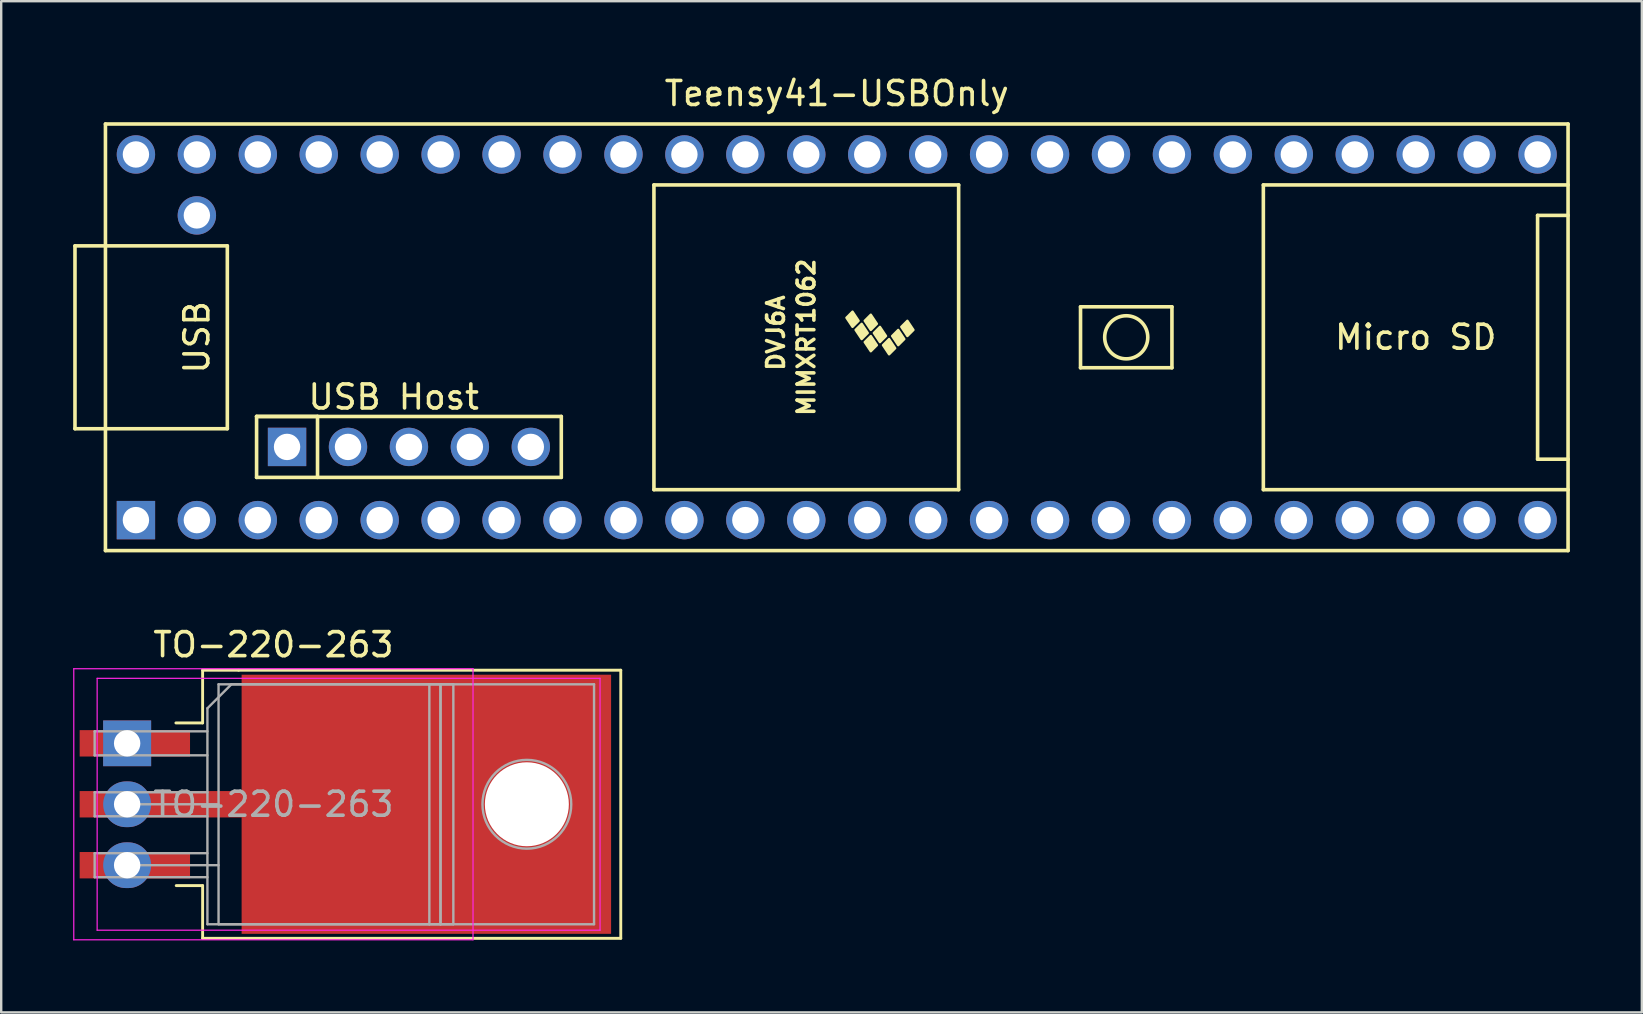
<source format=kicad_pcb>
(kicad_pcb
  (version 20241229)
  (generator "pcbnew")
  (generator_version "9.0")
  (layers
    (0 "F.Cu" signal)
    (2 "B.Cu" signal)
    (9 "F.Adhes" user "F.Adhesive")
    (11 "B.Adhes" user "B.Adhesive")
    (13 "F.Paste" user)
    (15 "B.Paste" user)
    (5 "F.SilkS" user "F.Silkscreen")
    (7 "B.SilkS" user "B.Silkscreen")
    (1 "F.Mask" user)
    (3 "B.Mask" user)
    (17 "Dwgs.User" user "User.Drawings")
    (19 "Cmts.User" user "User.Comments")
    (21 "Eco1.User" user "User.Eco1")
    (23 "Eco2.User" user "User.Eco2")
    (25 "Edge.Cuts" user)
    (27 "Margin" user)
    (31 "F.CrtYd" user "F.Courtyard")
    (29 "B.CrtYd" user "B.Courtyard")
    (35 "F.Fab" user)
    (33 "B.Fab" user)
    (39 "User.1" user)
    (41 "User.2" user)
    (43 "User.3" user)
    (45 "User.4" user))
  (footprint "TO-220-263"
    (layer "F.Cu")
    (at 8.345 30.471)
    (property "Reference" "TO-220-263" (at 0 -6.65 0) (layer "F.SilkS") (effects (font (size 1 1) (thickness 0.15))))
    (attr smd)
    (fp_line (start -2.95 -5.588) (end -2.95 -3.39) (stroke (width 0.12) (type solid)) (layer "F.SilkS"))
    (fp_line (start -2.95 -3.39) (end -4.064 -3.39) (stroke (width 0.12) (type solid)) (layer "F.SilkS"))
    (fp_line (start -2.95 3.39) (end -4.05 3.39) (stroke (width 0.12) (type solid)) (layer "F.SilkS"))
    (fp_line (start -2.95 5.588) (end -2.95 3.39) (stroke (width 0.12) (type solid)) (layer "F.SilkS"))
    (fp_line (start -1.45 -5.588) (end -2.95 -5.588) (stroke (width 0.12) (type solid)) (layer "F.SilkS"))
    (fp_line (start 14.478 -5.588) (end -1.45 -5.588) (stroke (width 0.12) (type solid)) (layer "F.SilkS"))
    (fp_line (start 14.478 -5.588) (end 14.478 5.588) (stroke (width 0.12) (type solid)) (layer "F.SilkS"))
    (fp_line (start 14.478 5.588) (end -2.95 5.588) (stroke (width 0.12) (type solid)) (layer "F.SilkS"))
    (fp_line (start -8.32 -5.65) (end -8.32 5.65) (stroke (width 0.05) (type solid)) (layer "F.CrtYd"))
    (fp_line (start -8.32 5.65) (end 8.32 5.65) (stroke (width 0.05) (type solid)) (layer "F.CrtYd"))
    (fp_line (start -7.346 -5.25) (end -7.346 5.25) (stroke (width 0.05) (type solid)) (layer "F.CrtYd"))
    (fp_line (start -7.346 5.25) (end 13.614 5.25) (stroke (width 0.05) (type solid)) (layer "F.CrtYd"))
    (fp_line (start 8.32 -5.65) (end -8.32 -5.65) (stroke (width 0.05) (type solid)) (layer "F.CrtYd"))
    (fp_line (start 8.32 5.65) (end 8.32 -5.65) (stroke (width 0.05) (type solid)) (layer "F.CrtYd"))
    (fp_line (start 13.614 -5.25) (end -7.346 -5.25) (stroke (width 0.05) (type solid)) (layer "F.CrtYd"))
    (fp_line (start 13.614 5.25) (end 13.614 -5.25) (stroke (width 0.05) (type solid)) (layer "F.CrtYd"))
    (fp_line (start -7.45 -3.04) (end -7.45 -2.04) (stroke (width 0.1) (type solid)) (layer "F.Fab"))
    (fp_line (start -7.45 -2.04) (end -2.75 -2.04) (stroke (width 0.1) (type solid)) (layer "F.Fab"))
    (fp_line (start -7.45 -0.5) (end -7.45 0.5) (stroke (width 0.1) (type solid)) (layer "F.Fab"))
    (fp_line (start -7.45 0.5) (end -2.75 0.5) (stroke (width 0.1) (type solid)) (layer "F.Fab"))
    (fp_line (start -7.45 2.04) (end -7.45 3.04) (stroke (width 0.1) (type solid)) (layer "F.Fab"))
    (fp_line (start -7.45 3.04) (end -2.75 3.04) (stroke (width 0.1) (type solid)) (layer "F.Fab"))
    (fp_line (start -2.75 -4) (end -1.75 -5) (stroke (width 0.1) (type solid)) (layer "F.Fab"))
    (fp_line (start -2.75 -3.04) (end -7.45 -3.04) (stroke (width 0.1) (type solid)) (layer "F.Fab"))
    (fp_line (start -2.75 -0.5) (end -7.45 -0.5) (stroke (width 0.1) (type solid)) (layer "F.Fab"))
    (fp_line (start -2.75 2.04) (end -7.45 2.04) (stroke (width 0.1) (type solid)) (layer "F.Fab"))
    (fp_line (start -2.75 5) (end -2.75 -4) (stroke (width 0.1) (type solid)) (layer "F.Fab"))
    (fp_line (start -2.286 -5) (end 6.964 -5) (stroke (width 0.1) (type solid)) (layer "F.Fab"))
    (fp_line (start -2.286 0) (end -6.096 0) (stroke (width 0.1) (type solid)) (layer "F.Fab"))
    (fp_line (start -2.286 2.54) (end -6.096 2.54) (stroke (width 0.1) (type solid)) (layer "F.Fab"))
    (fp_line (start -2.286 5) (end -2.286 -5) (stroke (width 0.1) (type solid)) (layer "F.Fab"))
    (fp_line (start -1.75 -5) (end 6.5 -5) (stroke (width 0.1) (type solid)) (layer "F.Fab"))
    (fp_line (start 6.5 -5) (end 6.5 5) (stroke (width 0.1) (type solid)) (layer "F.Fab"))
    (fp_line (start 6.5 -5) (end 7.5 -5) (stroke (width 0.1) (type solid)) (layer "F.Fab"))
    (fp_line (start 6.5 5) (end -2.75 5) (stroke (width 0.1) (type solid)) (layer "F.Fab"))
    (fp_line (start 6.964 -5) (end 6.964 5) (stroke (width 0.1) (type solid)) (layer "F.Fab"))
    (fp_line (start 6.964 -5) (end 13.364 -5) (stroke (width 0.1) (type solid)) (layer "F.Fab"))
    (fp_line (start 6.964 5) (end -2.286 5) (stroke (width 0.1) (type solid)) (layer "F.Fab"))
    (fp_line (start 6.964 5) (end 6.964 -5) (stroke (width 0.1) (type solid)) (layer "F.Fab"))
    (fp_line (start 7.5 -5) (end 7.5 5) (stroke (width 0.1) (type solid)) (layer "F.Fab"))
    (fp_line (start 7.5 5) (end 6.5 5) (stroke (width 0.1) (type solid)) (layer "F.Fab"))
    (fp_line (start 13.364 -5) (end 13.364 5) (stroke (width 0.1) (type solid)) (layer "F.Fab"))
    (fp_line (start 13.364 5) (end 6.964 5) (stroke (width 0.1) (type solid)) (layer "F.Fab"))
    (fp_circle (center 10.564 0) (end 10.564 1.85) (stroke (width 0.1) (type solid)) (fill no) (layer "F.Fab"))
    (fp_text user "${REFERENCE}" (at 0 0 0) (layer "F.Fab") (effects (font (size 1 1) (thickness 0.15))))
    (pad "" smd rect (at -5.775 -2.54) (size 4.6 1.1) (layers "F.Cu" "F.Mask" "F.Paste"))
    (pad "" smd rect (at -5.775 2.54) (size 4.6 1.1) (layers "F.Cu" "F.Mask" "F.Paste"))
    (pad "" smd rect (at -4.275 0) (size 7.6 1.1) (layers "F.Cu" "F.Mask" "F.Paste"))
    (pad "" smd rect (at 0.95 -2.775) (size 4.55 5.25) (layers "F.Paste"))
    (pad "" smd rect (at 0.95 2.775) (size 4.55 5.25) (layers "F.Paste"))
    (pad "" smd rect (at 5.8 -2.775) (size 4.55 5.25) (layers "F.Paste"))
    (pad "" smd rect (at 5.8 2.775) (size 4.55 5.25) (layers "F.Paste"))
    (pad "" smd rect (at 6.375 0) (size 15.4 10.8) (layers "F.Cu" "F.Mask"))
    (pad "" np_thru_hole oval (at 10.564 0 270) (size 3.5 3.5) (drill 3.5) (layers "*.Cu" "*.Mask"))
    (pad "1" thru_hole rect (at -6.096 -2.54 270) (size 1.905 2) (drill 1.1) (layers "*.Cu" "*.Mask"))
    (pad "2" thru_hole oval (at -6.096 0 270) (size 1.905 2) (drill 1.1) (layers "*.Cu" "*.Mask"))
    (pad "3" thru_hole oval (at -6.096 2.54 270) (size 1.905 2) (drill 1.1) (layers "*.Cu" "*.Mask")))
  (footprint "Teensy41-USBOnly"
    (layer "F.Cu")
    (at 31.825 11.008)
    (property "Reference" "Teensy41-USBOnly" (at 0 -10.16 0) (layer "F.SilkS") (effects (font (size 1 1) (thickness 0.15))))
    (attr through_hole)
    (fp_line (start -31.75 -3.81) (end -30.48 -3.81) (stroke (width 0.15) (type solid)) (layer "F.SilkS"))
    (fp_line (start -31.75 3.81) (end -31.75 -3.81) (stroke (width 0.15) (type solid)) (layer "F.SilkS"))
    (fp_line (start -30.48 -8.89) (end 30.48 -8.89) (stroke (width 0.15) (type solid)) (layer "F.SilkS"))
    (fp_line (start -30.48 3.81) (end -31.75 3.81) (stroke (width 0.15) (type solid)) (layer "F.SilkS"))
    (fp_line (start -30.48 8.89) (end -30.48 -8.89) (stroke (width 0.15) (type solid)) (layer "F.SilkS"))
    (fp_line (start -25.4 -3.81) (end -30.48 -3.81) (stroke (width 0.15) (type solid)) (layer "F.SilkS"))
    (fp_line (start -25.4 3.81) (end -30.48 3.81) (stroke (width 0.15) (type solid)) (layer "F.SilkS"))
    (fp_line (start -25.4 3.81) (end -25.4 -3.81) (stroke (width 0.15) (type solid)) (layer "F.SilkS"))
    (fp_line (start -24.181 3.299) (end -21.641 3.299) (stroke (width 0.15) (type solid)) (layer "F.SilkS"))
    (fp_line (start -24.181 3.299) (end -11.481 3.299) (stroke (width 0.15) (type solid)) (layer "F.SilkS"))
    (fp_line (start -24.181 5.839) (end -24.181 3.299) (stroke (width 0.15) (type solid)) (layer "F.SilkS"))
    (fp_line (start -21.641 3.299) (end -21.641 5.839) (stroke (width 0.15) (type solid)) (layer "F.SilkS"))
    (fp_line (start -11.481 3.299) (end -11.481 5.839) (stroke (width 0.15) (type solid)) (layer "F.SilkS"))
    (fp_line (start -11.481 5.839) (end -24.181 5.839) (stroke (width 0.15) (type solid)) (layer "F.SilkS"))
    (fp_line (start -7.62 -6.35) (end -7.62 6.35) (stroke (width 0.15) (type solid)) (layer "F.SilkS"))
    (fp_line (start -7.62 6.35) (end 5.08 6.35) (stroke (width 0.15) (type solid)) (layer "F.SilkS"))
    (fp_line (start 5.08 -6.35) (end -7.62 -6.35) (stroke (width 0.15) (type solid)) (layer "F.SilkS"))
    (fp_line (start 5.08 6.35) (end 5.08 -6.35) (stroke (width 0.15) (type solid)) (layer "F.SilkS"))
    (fp_line (start 10.16 -1.27) (end 13.97 -1.27) (stroke (width 0.15) (type solid)) (layer "F.SilkS"))
    (fp_line (start 10.16 1.27) (end 10.16 -1.27) (stroke (width 0.15) (type solid)) (layer "F.SilkS"))
    (fp_line (start 13.97 -1.27) (end 13.97 1.27) (stroke (width 0.15) (type solid)) (layer "F.SilkS"))
    (fp_line (start 13.97 1.27) (end 10.16 1.27) (stroke (width 0.15) (type solid)) (layer "F.SilkS"))
    (fp_line (start 17.78 -6.35) (end 17.78 6.35) (stroke (width 0.15) (type solid)) (layer "F.SilkS"))
    (fp_line (start 17.78 6.35) (end 30.48 6.35) (stroke (width 0.15) (type solid)) (layer "F.SilkS"))
    (fp_line (start 29.21 -5.08) (end 29.21 5.08) (stroke (width 0.15) (type solid)) (layer "F.SilkS"))
    (fp_line (start 29.21 5.08) (end 30.48 5.08) (stroke (width 0.15) (type solid)) (layer "F.SilkS"))
    (fp_line (start 30.48 -8.89) (end 30.48 8.89) (stroke (width 0.15) (type solid)) (layer "F.SilkS"))
    (fp_line (start 30.48 -6.35) (end 17.78 -6.35) (stroke (width 0.15) (type solid)) (layer "F.SilkS"))
    (fp_line (start 30.48 -5.08) (end 29.21 -5.08) (stroke (width 0.15) (type solid)) (layer "F.SilkS"))
    (fp_line (start 30.48 8.89) (end -30.48 8.89) (stroke (width 0.15) (type solid)) (layer "F.SilkS"))
    (fp_circle (center 12.065 0) (end 12.7 -0.635) (stroke (width 0.15) (type solid)) (fill no) (layer "F.SilkS"))
    (fp_poly (pts (xy 0.911 -0.688) (xy 0.657 -0.434) (xy 0.403 -0.815) (xy 0.657 -1.069)) (stroke (width 0.1) (type solid)) (fill yes) (layer "F.SilkS"))
    (fp_poly (pts (xy 1.292 -0.18) (xy 1.038 0.074) (xy 0.784 -0.307) (xy 1.038 -0.561)) (stroke (width 0.1) (type solid)) (fill yes) (layer "F.SilkS"))
    (fp_poly (pts (xy 1.673 -0.561) (xy 1.419 -0.307) (xy 1.165 -0.688) (xy 1.419 -0.942)) (stroke (width 0.1) (type solid)) (fill yes) (layer "F.SilkS"))
    (fp_poly (pts (xy 1.673 0.328) (xy 1.419 0.582) (xy 1.165 0.201) (xy 1.419 -0.053)) (stroke (width 0.1) (type solid)) (fill yes) (layer "F.SilkS"))
    (fp_poly (pts (xy 2.054 -0.053) (xy 1.8 0.201) (xy 1.546 -0.18) (xy 1.8 -0.434)) (stroke (width 0.1) (type solid)) (fill yes) (layer "F.SilkS"))
    (fp_poly (pts (xy 2.435 0.455) (xy 2.181 0.709) (xy 1.927 0.328) (xy 2.181 0.074)) (stroke (width 0.1) (type solid)) (fill yes) (layer "F.SilkS"))
    (fp_poly (pts (xy 2.816 0.074) (xy 2.562 0.328) (xy 2.308 -0.053) (xy 2.562 -0.307)) (stroke (width 0.1) (type solid)) (fill yes) (layer "F.SilkS"))
    (fp_poly (pts (xy 3.197 -0.307) (xy 2.943 -0.053) (xy 2.689 -0.434) (xy 2.943 -0.688)) (stroke (width 0.1) (type solid)) (fill yes) (layer "F.SilkS"))
    (fp_text user "USB" (at -26.67 0 270) (layer "F.SilkS") (effects (font (size 1 1) (thickness 0.15))))
    (fp_text user "USB Host" (at -18.466 2.489 0) (layer "F.SilkS") (effects (font (size 1 1) (thickness 0.15))))
    (fp_text user "DVJ6A" (at -2.54 -0.18 270) (layer "F.SilkS") (effects (font (size 0.7 0.7) (thickness 0.15))))
    (fp_text user "MIMXRT1062" (at -1.27 0 270) (layer "F.SilkS") (effects (font (size 0.7 0.7) (thickness 0.15))))
    (fp_text user "Micro SD" (at 24.13 0 0) (layer "F.SilkS") (effects (font (size 1 1) (thickness 0.15))))
    (pad "1" thru_hole rect (at -29.21 7.62) (size 1.6 1.6) (drill 1.1) (layers "*.Cu" "*.Mask"))
    (pad "2" thru_hole circle (at -26.67 7.62) (size 1.6 1.6) (drill 1.1) (layers "*.Cu" "*.Mask"))
    (pad "3" thru_hole circle (at -24.13 7.62) (size 1.6 1.6) (drill 1.1) (layers "*.Cu" "*.Mask"))
    (pad "4" thru_hole circle (at -21.59 7.62) (size 1.6 1.6) (drill 1.1) (layers "*.Cu" "*.Mask"))
    (pad "5" thru_hole circle (at -19.05 7.62) (size 1.6 1.6) (drill 1.1) (layers "*.Cu" "*.Mask"))
    (pad "6" thru_hole circle (at -16.51 7.62) (size 1.6 1.6) (drill 1.1) (layers "*.Cu" "*.Mask"))
    (pad "7" thru_hole circle (at -13.97 7.62) (size 1.6 1.6) (drill 1.1) (layers "*.Cu" "*.Mask"))
    (pad "8" thru_hole circle (at -11.43 7.62) (size 1.6 1.6) (drill 1.1) (layers "*.Cu" "*.Mask"))
    (pad "9" thru_hole circle (at -8.89 7.62) (size 1.6 1.6) (drill 1.1) (layers "*.Cu" "*.Mask"))
    (pad "10" thru_hole circle (at -6.35 7.62) (size 1.6 1.6) (drill 1.1) (layers "*.Cu" "*.Mask"))
    (pad "11" thru_hole circle (at -3.81 7.62) (size 1.6 1.6) (drill 1.1) (layers "*.Cu" "*.Mask"))
    (pad "12" thru_hole circle (at -1.27 7.62) (size 1.6 1.6) (drill 1.1) (layers "*.Cu" "*.Mask"))
    (pad "13" thru_hole circle (at 1.27 7.62) (size 1.6 1.6) (drill 1.1) (layers "*.Cu" "*.Mask"))
    (pad "14" thru_hole circle (at 3.81 7.62) (size 1.6 1.6) (drill 1.1) (layers "*.Cu" "*.Mask"))
    (pad "15" thru_hole circle (at 6.35 7.62) (size 1.6 1.6) (drill 1.1) (layers "*.Cu" "*.Mask"))
    (pad "16" thru_hole circle (at 8.89 7.62) (size 1.6 1.6) (drill 1.1) (layers "*.Cu" "*.Mask"))
    (pad "17" thru_hole circle (at 11.43 7.62) (size 1.6 1.6) (drill 1.1) (layers "*.Cu" "*.Mask"))
    (pad "18" thru_hole circle (at 13.97 7.62) (size 1.6 1.6) (drill 1.1) (layers "*.Cu" "*.Mask"))
    (pad "19" thru_hole circle (at 16.51 7.62) (size 1.6 1.6) (drill 1.1) (layers "*.Cu" "*.Mask"))
    (pad "20" thru_hole circle (at 19.05 7.62) (size 1.6 1.6) (drill 1.1) (layers "*.Cu" "*.Mask"))
    (pad "21" thru_hole circle (at 21.59 7.62) (size 1.6 1.6) (drill 1.1) (layers "*.Cu" "*.Mask"))
    (pad "22" thru_hole circle (at 24.13 7.62) (size 1.6 1.6) (drill 1.1) (layers "*.Cu" "*.Mask"))
    (pad "23" thru_hole circle (at 26.67 7.62) (size 1.6 1.6) (drill 1.1) (layers "*.Cu" "*.Mask"))
    (pad "24" thru_hole circle (at 29.21 7.62) (size 1.6 1.6) (drill 1.1) (layers "*.Cu" "*.Mask"))
    (pad "25" thru_hole circle (at 29.21 -7.62) (size 1.6 1.6) (drill 1.1) (layers "*.Cu" "*.Mask"))
    (pad "26" thru_hole circle (at 26.67 -7.62) (size 1.6 1.6) (drill 1.1) (layers "*.Cu" "*.Mask"))
    (pad "27" thru_hole circle (at 24.13 -7.62) (size 1.6 1.6) (drill 1.1) (layers "*.Cu" "*.Mask"))
    (pad "28" thru_hole circle (at 21.59 -7.62) (size 1.6 1.6) (drill 1.1) (layers "*.Cu" "*.Mask"))
    (pad "29" thru_hole circle (at 19.05 -7.62) (size 1.6 1.6) (drill 1.1) (layers "*.Cu" "*.Mask"))
    (pad "30" thru_hole circle (at 16.51 -7.62) (size 1.6 1.6) (drill 1.1) (layers "*.Cu" "*.Mask"))
    (pad "31" thru_hole circle (at 13.97 -7.62) (size 1.6 1.6) (drill 1.1) (layers "*.Cu" "*.Mask"))
    (pad "32" thru_hole circle (at 11.43 -7.62) (size 1.6 1.6) (drill 1.1) (layers "*.Cu" "*.Mask"))
    (pad "33" thru_hole circle (at 8.89 -7.62) (size 1.6 1.6) (drill 1.1) (layers "*.Cu" "*.Mask"))
    (pad "34" thru_hole circle (at 6.35 -7.62) (size 1.6 1.6) (drill 1.1) (layers "*.Cu" "*.Mask"))
    (pad "35" thru_hole circle (at 3.81 -7.62) (size 1.6 1.6) (drill 1.1) (layers "*.Cu" "*.Mask"))
    (pad "36" thru_hole circle (at 1.27 -7.62) (size 1.6 1.6) (drill 1.1) (layers "*.Cu" "*.Mask"))
    (pad "37" thru_hole circle (at -1.27 -7.62) (size 1.6 1.6) (drill 1.1) (layers "*.Cu" "*.Mask"))
    (pad "38" thru_hole circle (at -3.81 -7.62) (size 1.6 1.6) (drill 1.1) (layers "*.Cu" "*.Mask"))
    (pad "39" thru_hole circle (at -6.35 -7.62) (size 1.6 1.6) (drill 1.1) (layers "*.Cu" "*.Mask"))
    (pad "40" thru_hole circle (at -8.89 -7.62) (size 1.6 1.6) (drill 1.1) (layers "*.Cu" "*.Mask"))
    (pad "41" thru_hole circle (at -11.43 -7.62) (size 1.6 1.6) (drill 1.1) (layers "*.Cu" "*.Mask"))
    (pad "42" thru_hole circle (at -13.97 -7.62) (size 1.6 1.6) (drill 1.1) (layers "*.Cu" "*.Mask"))
    (pad "43" thru_hole circle (at -16.51 -7.62) (size 1.6 1.6) (drill 1.1) (layers "*.Cu" "*.Mask"))
    (pad "44" thru_hole circle (at -19.05 -7.62) (size 1.6 1.6) (drill 1.1) (layers "*.Cu" "*.Mask"))
    (pad "45" thru_hole circle (at -21.59 -7.62) (size 1.6 1.6) (drill 1.1) (layers "*.Cu" "*.Mask"))
    (pad "46" thru_hole circle (at -24.13 -7.62) (size 1.6 1.6) (drill 1.1) (layers "*.Cu" "*.Mask"))
    (pad "47" thru_hole circle (at -26.67 -7.62) (size 1.6 1.6) (drill 1.1) (layers "*.Cu" "*.Mask"))
    (pad "48" thru_hole circle (at -29.21 -7.62) (size 1.6 1.6) (drill 1.1) (layers "*.Cu" "*.Mask"))
    (pad "49" thru_hole circle (at -26.67 -5.08) (size 1.6 1.6) (drill 1.1) (layers "*.Cu" "*.Mask"))
    (pad "55" thru_hole rect (at -22.911 4.569) (size 1.6 1.6) (drill 1.1) (layers "*.Cu" "*.Mask"))
    (pad "56" thru_hole circle (at -20.371 4.569) (size 1.6 1.6) (drill 1.1) (layers "*.Cu" "*.Mask"))
    (pad "57" thru_hole circle (at -17.831 4.569) (size 1.6 1.6) (drill 1.1) (layers "*.Cu" "*.Mask"))
    (pad "58" thru_hole circle (at -15.291 4.569) (size 1.6 1.6) (drill 1.1) (layers "*.Cu" "*.Mask"))
    (pad "59" thru_hole circle (at -12.751 4.569) (size 1.6 1.6) (drill 1.1) (layers "*.Cu" "*.Mask")))
  (gr_rect
    (start -3 -3)
    (end 65.38 39.147)
    (stroke (width 0.1) (type default))
    (fill no)
    (layer "Edge.Cuts")))
</source>
